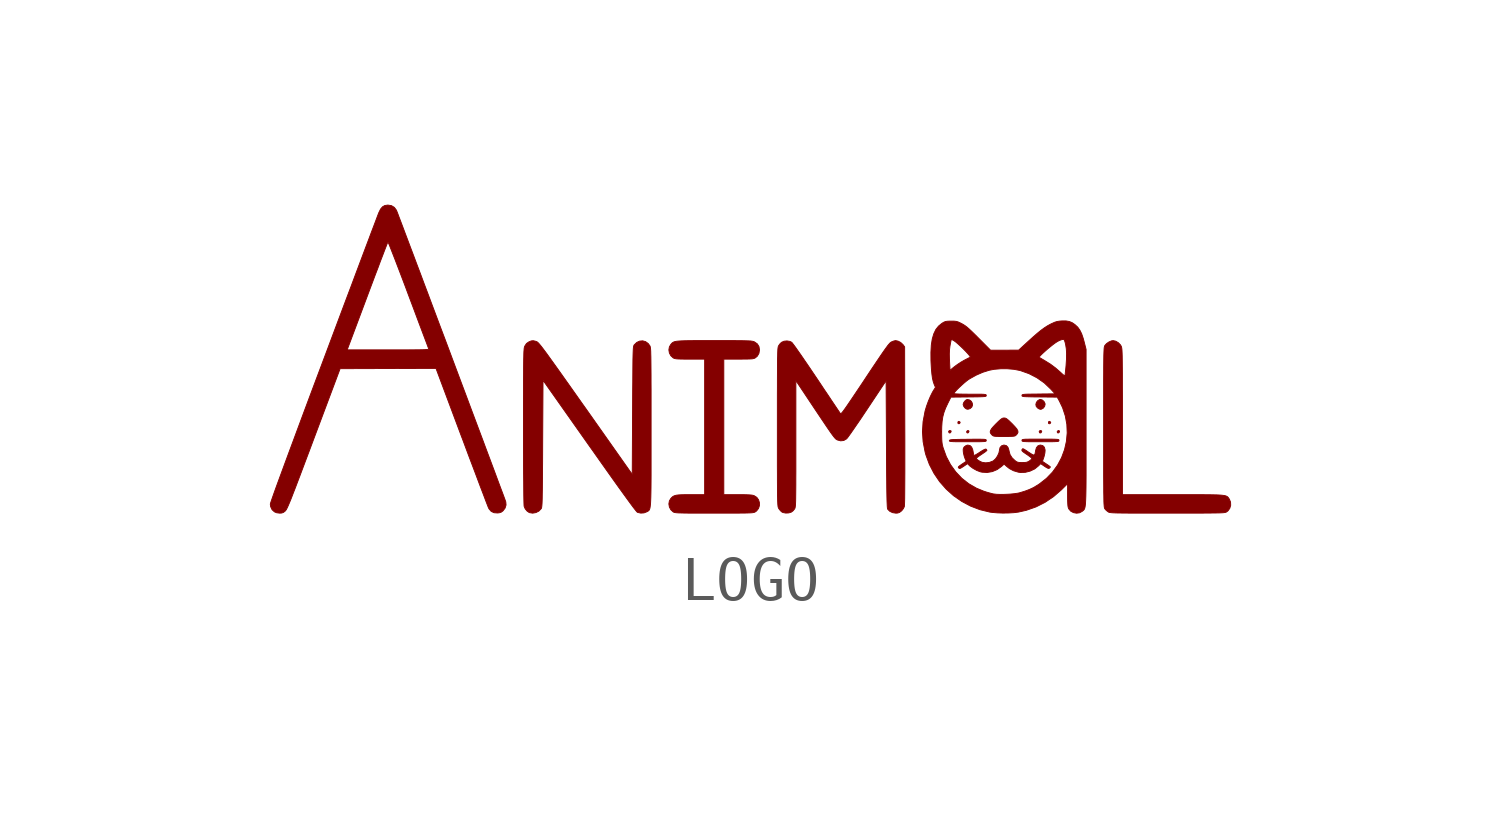
<source format=kicad_sym>
(kicad_symbol_lib
  (version 20210619)
  (generator bitmap2component)
  (symbol "LOGO"
    (pin_names
      (offset 1.016))
    (property "Reference" "#G"
      (at 0 2.909 0)
      (effects (font (size 1.27 1.27)) hide))
    (symbol "LOGO_0_0"
      (polyline (pts (xy -10.735 -3.511) (xy -10.695 -3.497) (xy -10.654 -3.465) (xy -10.647 -3.457) (xy -10.638 -3.445) (xy -10.627 -3.429) (xy -10.615 -3.405) (xy -10.6 -3.374) (xy -10.582 -3.334) (xy -10.56 -3.282) (xy -10.533 -3.218) (xy -10.502 -3.139) (xy -10.466 -3.045) (xy -10.422 -2.933) (xy -10.373 -2.803) (xy -10.315 -2.651) (xy -10.25 -2.478) (xy -10.176 -2.281) (xy -10.092 -2.059) (xy -9.999 -1.81) (xy -9.397 -0.204) (xy -7.2 -0.197) (xy -6.612 -1.768) (xy -6.597 -1.806) (xy -6.519 -2.015) (xy -6.444 -2.216) (xy -6.371 -2.408) (xy -6.303 -2.588) (xy -6.24 -2.756) (xy -6.183 -2.908) (xy -6.131 -3.043) (xy -6.087 -3.159) (xy -6.051 -3.255) (xy -6.023 -3.327) (xy -6.004 -3.376) (xy -5.995 -3.397) (xy -5.984 -3.417) (xy -5.935 -3.474) (xy -5.87 -3.504) (xy -5.789 -3.51) (xy -5.748 -3.505) (xy -5.703 -3.49) (xy -5.664 -3.46) (xy -5.617 -3.398) (xy -5.595 -3.327) (xy -5.601 -3.256) (xy -5.607 -3.238) (xy -5.623 -3.193) (xy -5.649 -3.122) (xy -5.684 -3.028) (xy -5.728 -2.912) (xy -5.779 -2.775) (xy -5.837 -2.618) (xy -5.902 -2.444) (xy -5.973 -2.254) (xy -6.05 -2.049) (xy -6.131 -1.831) (xy -6.217 -1.602) (xy -6.307 -1.362) (xy -6.4 -1.114) (xy -6.495 -0.859) (xy -6.593 -0.598) (xy -6.692 -0.334) (xy -6.792 -0.067) (xy -6.892 0.201) (xy -6.992 0.468) (xy -7.092 0.732) (xy -7.19 0.993) (xy -7.286 1.249) (xy -7.379 1.498) (xy -7.47 1.739) (xy -7.556 1.97) (xy -7.639 2.189) (xy -7.716 2.395) (xy -7.789 2.587) (xy -7.855 2.763) (xy -7.915 2.922) (xy -7.967 3.061) (xy -8.012 3.18) (xy -8.049 3.277) (xy -8.076 3.35) (xy -8.095 3.398) (xy -8.103 3.419) (xy -8.108 3.429) (xy -8.154 3.491) (xy -8.219 3.531) (xy -8.298 3.544) (xy -8.307 3.544) (xy -8.374 3.534) (xy -8.426 3.504) (xy -8.47 3.452) (xy -8.509 3.373) (xy -8.513 3.364) (xy -8.528 3.325) (xy -8.553 3.259) (xy -8.587 3.168) (xy -8.63 3.054) (xy -8.682 2.918) (xy -8.741 2.76) (xy -8.808 2.583) (xy -8.882 2.386) (xy -8.962 2.173) (xy -9.048 1.944) (xy -9.139 1.7) (xy -9.236 1.444) (xy -9.337 1.175) (xy -9.442 0.895) (xy -9.661 0.31) (xy -9.692 0.227) (xy -9.235 0.227) (xy -8.774 1.458) (xy -8.718 1.608) (xy -8.651 1.786) (xy -8.588 1.954) (xy -8.528 2.11) (xy -8.475 2.253) (xy -8.426 2.38) (xy -8.385 2.488) (xy -8.351 2.576) (xy -8.325 2.642) (xy -8.309 2.684) (xy -8.302 2.7) (xy -8.297 2.693) (xy -8.283 2.661) (xy -8.259 2.604) (xy -8.227 2.523) (xy -8.188 2.423) (xy -8.141 2.303) (xy -8.089 2.167) (xy -8.031 2.016) (xy -7.969 1.853) (xy -7.903 1.679) (xy -7.835 1.496) (xy -7.784 1.361) (xy -7.717 1.183) (xy -7.654 1.014) (xy -7.595 0.856) (xy -7.541 0.713) (xy -7.493 0.585) (xy -7.451 0.474) (xy -7.417 0.384) (xy -7.392 0.316) (xy -7.375 0.272) (xy -7.368 0.254) (xy -7.367 0.249) (xy -7.37 0.244) (xy -7.379 0.24) (xy -7.397 0.237) (xy -7.425 0.234) (xy -7.466 0.232) (xy -7.522 0.23) (xy -7.596 0.229) (xy -7.688 0.228) (xy -7.803 0.228) (xy -7.941 0.227) (xy -8.104 0.227) (xy -9.235 0.227) (xy -9.692 0.227) (xy -9.775 0.006) (xy -9.791 -0.037) (xy -9.947 -0.452) (xy -10.092 -0.839) (xy -10.226 -1.198) (xy -10.349 -1.529) (xy -10.461 -1.831) (xy -10.563 -2.105) (xy -10.654 -2.351) (xy -10.734 -2.569) (xy -10.804 -2.759) (xy -10.863 -2.92) (xy -10.911 -3.054) (xy -10.948 -3.159) (xy -10.975 -3.237) (xy -10.991 -3.286) (xy -10.996 -3.308) (xy -10.988 -3.366) (xy -10.956 -3.434) (xy -10.901 -3.484) (xy -10.851 -3.505) (xy -10.78 -3.514) (xy -10.735 -3.511)) (stroke (width 0.01)) (fill (type outline)))
      (polyline (pts (xy -4.911 -3.501) (xy -4.843 -3.467) (xy -4.791 -3.413) (xy -4.787 -3.406) (xy -4.782 -3.395) (xy -4.779 -3.379) (xy -4.776 -3.357) (xy -4.773 -3.327) (xy -4.77 -3.286) (xy -4.768 -3.234) (xy -4.766 -3.168) (xy -4.765 -3.086) (xy -4.763 -2.986) (xy -4.762 -2.868) (xy -4.761 -2.728) (xy -4.76 -2.565) (xy -4.758 -2.377) (xy -4.757 -2.163) (xy -4.756 -1.921) (xy -4.748 -0.47) (xy -3.69 -1.97) (xy -3.618 -2.071) (xy -3.443 -2.319) (xy -3.285 -2.542) (xy -3.144 -2.741) (xy -3.019 -2.916) (xy -2.91 -3.067) (xy -2.817 -3.195) (xy -2.741 -3.299) (xy -2.68 -3.381) (xy -2.634 -3.44) (xy -2.604 -3.477) (xy -2.589 -3.492) (xy -2.576 -3.498) (xy -2.507 -3.513) (xy -2.434 -3.508) (xy -2.37 -3.483) (xy -2.362 -3.479) (xy -2.348 -3.471) (xy -2.336 -3.464) (xy -2.325 -3.455) (xy -2.316 -3.444) (xy -2.307 -3.427) (xy -2.3 -3.405) (xy -2.294 -3.375) (xy -2.289 -3.335) (xy -2.284 -3.285) (xy -2.281 -3.222) (xy -2.278 -3.144) (xy -2.276 -3.051) (xy -2.274 -2.94) (xy -2.273 -2.811) (xy -2.272 -2.66) (xy -2.272 -2.488) (xy -2.272 -2.291) (xy -2.272 -2.069) (xy -2.272 -1.82) (xy -2.272 -1.365) (xy -2.272 -1.11) (xy -2.272 -0.884) (xy -2.272 -0.683) (xy -2.273 -0.507) (xy -2.273 -0.353) (xy -2.274 -0.221) (xy -2.275 -0.108) (xy -2.276 -0.012) (xy -2.277 0.067) (xy -2.279 0.132) (xy -2.28 0.184) (xy -2.282 0.224) (xy -2.285 0.255) (xy -2.288 0.279) (xy -2.291 0.295) (xy -2.294 0.308) (xy -2.298 0.317) (xy -2.338 0.372) (xy -2.397 0.415) (xy -2.464 0.434) (xy -2.534 0.428) (xy -2.6 0.398) (xy -2.657 0.343) (xy -2.662 0.337) (xy -2.666 0.328) (xy -2.67 0.317) (xy -2.674 0.301) (xy -2.677 0.279) (xy -2.68 0.248) (xy -2.682 0.207) (xy -2.684 0.154) (xy -2.686 0.087) (xy -2.688 0.005) (xy -2.689 -0.095) (xy -2.69 -0.214) (xy -2.691 -0.354) (xy -2.692 -0.517) (xy -2.694 -0.705) (xy -2.695 -0.92) (xy -2.696 -1.163) (xy -2.704 -2.626) (xy -3.768 -1.117) (xy -3.85 -1.002) (xy -4.001 -0.788) (xy -4.136 -0.597) (xy -4.256 -0.428) (xy -4.362 -0.278) (xy -4.455 -0.148) (xy -4.536 -0.035) (xy -4.605 0.061) (xy -4.664 0.143) (xy -4.714 0.21) (xy -4.756 0.266) (xy -4.79 0.31) (xy -4.818 0.344) (xy -4.84 0.37) (xy -4.858 0.389) (xy -4.872 0.402) (xy -4.883 0.41) (xy -4.893 0.415) (xy -4.92 0.425) (xy -4.972 0.437) (xy -5.02 0.432) (xy -5.076 0.408) (xy -5.127 0.372) (xy -5.166 0.313) (xy -5.166 0.312) (xy -5.17 0.302) (xy -5.174 0.289) (xy -5.178 0.274) (xy -5.181 0.252) (xy -5.183 0.224) (xy -5.186 0.187) (xy -5.188 0.14) (xy -5.189 0.082) (xy -5.191 0.009) (xy -5.192 -0.079) (xy -5.193 -0.183) (xy -5.193 -0.306) (xy -5.194 -0.45) (xy -5.194 -0.615) (xy -5.194 -0.804) (xy -5.195 -1.019) (xy -5.195 -1.26) (xy -5.195 -1.53) (xy -5.195 -1.639) (xy -5.195 -1.915) (xy -5.194 -2.17) (xy -5.194 -2.402) (xy -5.193 -2.612) (xy -5.191 -2.798) (xy -5.19 -2.959) (xy -5.189 -3.095) (xy -5.187 -3.204) (xy -5.185 -3.285) (xy -5.183 -3.338) (xy -5.18 -3.361) (xy -5.156 -3.415) (xy -5.114 -3.466) (xy -5.066 -3.499) (xy -5.059 -3.502) (xy -4.986 -3.514) (xy -4.911 -3.501)) (stroke (width 0.01)) (fill (type outline)))
      (polyline (pts (xy -0.513 -3.514) (xy -0.373 -3.513) (xy -0.258 -3.513) (xy -0.163 -3.512) (xy -0.088 -3.511) (xy -0.028 -3.509) (xy 0.017 -3.507) (xy 0.05 -3.504) (xy 0.075 -3.5) (xy 0.092 -3.496) (xy 0.105 -3.49) (xy 0.117 -3.484) (xy 0.145 -3.463) (xy 0.189 -3.407) (xy 0.21 -3.342) (xy 0.21 -3.273) (xy 0.19 -3.208) (xy 0.15 -3.152) (xy 0.09 -3.114) (xy 0.09 -3.114) (xy 0.063 -3.105) (xy 0.027 -3.099) (xy -0.022 -3.095) (xy -0.087 -3.092) (xy -0.175 -3.09) (xy -0.288 -3.09) (xy -0.606 -3.09) (xy -0.606 0.015) (xy -0.269 0.015) (xy -0.225 0.015) (xy -0.124 0.016) (xy -0.048 0.017) (xy 0.008 0.019) (xy 0.049 0.022) (xy 0.077 0.028) (xy 0.099 0.035) (xy 0.117 0.045) (xy 0.162 0.083) (xy 0.199 0.148) (xy 0.212 0.228) (xy 0.2 0.302) (xy 0.162 0.364) (xy 0.098 0.409) (xy 0.091 0.412) (xy 0.076 0.418) (xy 0.058 0.423) (xy 0.035 0.427) (xy 0.005 0.431) (xy -0.036 0.433) (xy -0.09 0.435) (xy -0.16 0.437) (xy -0.247 0.438) (xy -0.354 0.439) (xy -0.484 0.439) (xy -0.64 0.439) (xy -0.975 0.439) (xy -1.142 0.439) (xy -1.284 0.439) (xy -1.403 0.438) (xy -1.5 0.436) (xy -1.578 0.433) (xy -1.641 0.429) (xy -1.689 0.424) (xy -1.726 0.417) (xy -1.753 0.408) (xy -1.774 0.397) (xy -1.791 0.384) (xy -1.806 0.368) (xy -1.822 0.349) (xy -1.853 0.295) (xy -1.865 0.226) (xy -1.853 0.156) (xy -1.82 0.093) (xy -1.768 0.045) (xy -1.761 0.041) (xy -1.742 0.032) (xy -1.719 0.026) (xy -1.686 0.021) (xy -1.641 0.018) (xy -1.578 0.016) (xy -1.493 0.015) (xy -1.382 0.015) (xy -1.045 0.015) (xy -1.045 -3.09) (xy -1.364 -3.09) (xy -1.473 -3.09) (xy -1.568 -3.092) (xy -1.641 -3.096) (xy -1.697 -3.103) (xy -1.738 -3.115) (xy -1.77 -3.13) (xy -1.796 -3.152) (xy -1.822 -3.18) (xy -1.853 -3.234) (xy -1.865 -3.303) (xy -1.853 -3.373) (xy -1.82 -3.436) (xy -1.768 -3.484) (xy -1.759 -3.489) (xy -1.746 -3.495) (xy -1.73 -3.499) (xy -1.708 -3.503) (xy -1.676 -3.506) (xy -1.634 -3.509) (xy -1.578 -3.51) (xy -1.506 -3.512) (xy -1.416 -3.513) (xy -1.306 -3.513) (xy -1.172 -3.514) (xy -1.013 -3.514) (xy -0.678 -3.514) (xy -0.513 -3.514)) (stroke (width 0.01)) (fill (type outline)))
      (polyline (pts (xy 3.374 -3.512) (xy 3.417 -3.499) (xy 3.46 -3.467) (xy 3.473 -3.455) (xy 3.508 -3.41) (xy 3.53 -3.365) (xy 3.531 -3.359) (xy 3.533 -3.326) (xy 3.536 -3.267) (xy 3.538 -3.182) (xy 3.539 -3.071) (xy 3.54 -2.932) (xy 3.541 -2.766) (xy 3.542 -2.572) (xy 3.542 -2.35) (xy 3.542 -2.099) (xy 3.542 -1.818) (xy 3.541 -1.507) (xy 3.537 0.295) (xy 3.503 0.343) (xy 3.495 0.352) (xy 3.447 0.396) (xy 3.388 0.427) (xy 3.331 0.439) (xy 3.321 0.438) (xy 3.28 0.428) (xy 3.235 0.409) (xy 3.229 0.406) (xy 3.215 0.396) (xy 3.198 0.382) (xy 3.179 0.36) (xy 3.154 0.331) (xy 3.124 0.29) (xy 3.086 0.238) (xy 3.039 0.171) (xy 2.982 0.088) (xy 2.914 -0.013) (xy 2.833 -0.133) (xy 2.738 -0.275) (xy 2.628 -0.441) (xy 2.592 -0.496) (xy 2.487 -0.653) (xy 2.397 -0.787) (xy 2.321 -0.9) (xy 2.258 -0.993) (xy 2.207 -1.068) (xy 2.165 -1.127) (xy 2.133 -1.171) (xy 2.108 -1.203) (xy 2.09 -1.223) (xy 2.078 -1.233) (xy 2.07 -1.236) (xy 2.064 -1.232) (xy 2.064 -1.231) (xy 2.05 -1.21) (xy 2.021 -1.167) (xy 1.978 -1.103) (xy 1.923 -1.021) (xy 1.857 -0.923) (xy 1.783 -0.811) (xy 1.7 -0.689) (xy 1.612 -0.556) (xy 1.519 -0.417) (xy 1.506 -0.398) (xy 1.413 -0.26) (xy 1.324 -0.128) (xy 1.24 -0.006) (xy 1.165 0.104) (xy 1.097 0.201) (xy 1.041 0.281) (xy 0.996 0.342) (xy 0.965 0.383) (xy 0.949 0.401) (xy 0.907 0.421) (xy 0.841 0.432) (xy 0.773 0.425) (xy 0.717 0.4) (xy 0.714 0.398) (xy 0.677 0.361) (xy 0.647 0.317) (xy 0.645 0.311) (xy 0.641 0.3) (xy 0.638 0.285) (xy 0.635 0.265) (xy 0.632 0.236) (xy 0.63 0.199) (xy 0.628 0.152) (xy 0.627 0.092) (xy 0.625 0.018) (xy 0.624 -0.071) (xy 0.623 -0.178) (xy 0.623 -0.303) (xy 0.622 -0.449) (xy 0.622 -0.617) (xy 0.621 -0.809) (xy 0.621 -1.026) (xy 0.621 -1.27) (xy 0.621 -1.543) (xy 0.621 -1.783) (xy 0.621 -2.029) (xy 0.621 -2.249) (xy 0.621 -2.442) (xy 0.622 -2.612) (xy 0.622 -2.76) (xy 0.623 -2.887) (xy 0.623 -2.995) (xy 0.624 -3.086) (xy 0.626 -3.161) (xy 0.627 -3.223) (xy 0.629 -3.272) (xy 0.631 -3.31) (xy 0.634 -3.339) (xy 0.636 -3.361) (xy 0.64 -3.377) (xy 0.644 -3.389) (xy 0.648 -3.398) (xy 0.652 -3.407) (xy 0.658 -3.416) (xy 0.691 -3.458) (xy 0.725 -3.488) (xy 0.751 -3.5) (xy 0.813 -3.512) (xy 0.881 -3.509) (xy 0.941 -3.49) (xy 0.943 -3.489) (xy 0.982 -3.459) (xy 1.015 -3.418) (xy 1.018 -3.415) (xy 1.022 -3.405) (xy 1.026 -3.393) (xy 1.03 -3.377) (xy 1.033 -3.354) (xy 1.036 -3.324) (xy 1.038 -3.283) (xy 1.04 -3.231) (xy 1.041 -3.165) (xy 1.042 -3.083) (xy 1.043 -2.985) (xy 1.044 -2.866) (xy 1.044 -2.727) (xy 1.045 -2.565) (xy 1.045 -2.379) (xy 1.045 -2.165) (xy 1.045 -1.924) (xy 1.045 -0.477) (xy 1.49 -1.145) (xy 1.585 -1.287) (xy 1.669 -1.412) (xy 1.739 -1.516) (xy 1.796 -1.6) (xy 1.843 -1.668) (xy 1.881 -1.72) (xy 1.911 -1.76) (xy 1.935 -1.789) (xy 1.954 -1.81) (xy 1.971 -1.823) (xy 1.986 -1.832) (xy 2.001 -1.839) (xy 2.07 -1.857) (xy 2.142 -1.849) (xy 2.208 -1.811) (xy 2.21 -1.808) (xy 2.231 -1.783) (xy 2.266 -1.735) (xy 2.314 -1.668) (xy 2.372 -1.584) (xy 2.44 -1.485) (xy 2.516 -1.375) (xy 2.596 -1.255) (xy 2.681 -1.128) (xy 3.112 -0.48) (xy 3.12 -1.933) (xy 3.12 -1.951) (xy 3.122 -2.2) (xy 3.123 -2.421) (xy 3.124 -2.615) (xy 3.126 -2.784) (xy 3.127 -2.929) (xy 3.129 -3.051) (xy 3.131 -3.153) (xy 3.133 -3.236) (xy 3.136 -3.301) (xy 3.138 -3.351) (xy 3.141 -3.386) (xy 3.144 -3.409) (xy 3.148 -3.42) (xy 3.15 -3.425) (xy 3.196 -3.471) (xy 3.26 -3.502) (xy 3.335 -3.514) (xy 3.374 -3.512)) (stroke (width 0.01)) (fill (type outline)))
      (polyline (pts (xy 7.544 -3.506) (xy 7.604 -3.473) (xy 7.607 -3.471) (xy 7.62 -3.46) (xy 7.632 -3.451) (xy 7.642 -3.44) (xy 7.652 -3.427) (xy 7.66 -3.41) (xy 7.667 -3.387) (xy 7.673 -3.357) (xy 7.678 -3.318) (xy 7.682 -3.268) (xy 7.685 -3.206) (xy 7.688 -3.13) (xy 7.69 -3.038) (xy 7.692 -2.929) (xy 7.693 -2.801) (xy 7.694 -2.653) (xy 7.694 -2.483) (xy 7.694 -2.289) (xy 7.694 -2.069) (xy 7.694 -1.823) (xy 7.694 -1.548) (xy 7.694 0.238) (xy 7.648 0.418) (xy 7.629 0.489) (xy 7.593 0.595) (xy 7.551 0.679) (xy 7.503 0.747) (xy 7.443 0.802) (xy 7.442 0.804) (xy 7.375 0.85) (xy 7.309 0.877) (xy 7.234 0.89) (xy 7.141 0.89) (xy 7.088 0.886) (xy 7.029 0.877) (xy 6.972 0.859) (xy 6.904 0.828) (xy 6.881 0.817) (xy 6.811 0.779) (xy 6.74 0.733) (xy 6.663 0.677) (xy 6.578 0.608) (xy 6.479 0.522) (xy 6.363 0.417) (xy 6.149 0.221) (xy 5.827 0.22) (xy 5.506 0.219) (xy 5.233 0.493) (xy 5.225 0.501) (xy 5.138 0.588) (xy 5.068 0.656) (xy 5.011 0.709) (xy 4.965 0.749) (xy 4.924 0.78) (xy 4.886 0.805) (xy 4.847 0.827) (xy 4.811 0.845) (xy 4.761 0.868) (xy 4.718 0.88) (xy 4.67 0.885) (xy 4.603 0.886) (xy 4.571 0.886) (xy 4.515 0.883) (xy 4.474 0.877) (xy 4.439 0.863) (xy 4.399 0.84) (xy 4.39 0.834) (xy 4.314 0.772) (xy 4.252 0.694) (xy 4.205 0.596) (xy 4.17 0.478) (xy 4.148 0.338) (xy 4.139 0.173) (xy 4.139 0.135) (xy 4.561 0.135) (xy 4.565 0.227) (xy 4.575 0.311) (xy 4.591 0.398) (xy 4.607 0.47) (xy 4.668 0.436) (xy 4.671 0.434) (xy 4.708 0.407) (xy 4.758 0.364) (xy 4.817 0.31) (xy 4.878 0.252) (xy 4.935 0.194) (xy 4.983 0.142) (xy 5.016 0.103) (xy 5.045 0.062) (xy 5.037 0.058) (xy 6.619 0.058) (xy 6.629 0.075) (xy 6.658 0.106) (xy 6.701 0.148) (xy 6.755 0.197) (xy 6.814 0.249) (xy 6.876 0.3) (xy 6.936 0.348) (xy 6.989 0.387) (xy 7.032 0.415) (xy 7.053 0.427) (xy 7.103 0.45) (xy 7.145 0.464) (xy 7.146 0.464) (xy 7.173 0.467) (xy 7.189 0.461) (xy 7.201 0.438) (xy 7.215 0.392) (xy 7.226 0.345) (xy 7.241 0.25) (xy 7.247 0.143) (xy 7.245 0.017) (xy 7.235 -0.133) (xy 7.231 -0.177) (xy 7.223 -0.252) (xy 7.217 -0.312) (xy 7.211 -0.354) (xy 7.208 -0.37) (xy 7.205 -0.369) (xy 7.185 -0.355) (xy 7.151 -0.327) (xy 7.108 -0.287) (xy 6.996 -0.189) (xy 6.877 -0.1) (xy 6.74 -0.015) (xy 6.718 -0.002) (xy 6.67 0.026) (xy 6.635 0.047) (xy 6.62 0.056) (xy 6.619 0.058) (xy 5.037 0.058) (xy 4.95 0.014) (xy 4.902 -0.011) (xy 4.83 -0.053) (xy 4.767 -0.094) (xy 4.721 -0.126) (xy 4.668 -0.166) (xy 4.628 -0.198) (xy 4.577 -0.243) (xy 4.566 -0.04) (xy 4.563 0.027) (xy 4.561 0.135) (xy 4.139 0.135) (xy 4.14 -0.018) (xy 4.142 -0.064) (xy 4.15 -0.208) (xy 4.161 -0.327) (xy 4.174 -0.423) (xy 4.192 -0.5) (xy 4.213 -0.562) (xy 4.243 -0.632) (xy 4.198 -0.703) (xy 4.175 -0.742) (xy 4.127 -0.838) (xy 4.08 -0.949) (xy 4.038 -1.064) (xy 4.005 -1.175) (xy 4.003 -1.185) (xy 3.959 -1.418) (xy 3.945 -1.648) (xy 3.945 -1.651) (xy 4.385 -1.651) (xy 4.387 -1.538) (xy 4.395 -1.416) (xy 4.411 -1.309) (xy 4.437 -1.209) (xy 4.475 -1.107) (xy 4.527 -0.996) (xy 4.597 -0.856) (xy 5.002 -0.852) (xy 5.087 -0.851) (xy 5.19 -0.85) (xy 5.268 -0.848) (xy 5.324 -0.846) (xy 5.363 -0.843) (xy 5.388 -0.839) (xy 5.401 -0.834) (xy 5.406 -0.827) (xy 5.407 -0.818) (xy 5.407 -0.815) (xy 5.405 -0.806) (xy 5.397 -0.799) (xy 5.38 -0.795) (xy 5.351 -0.791) (xy 5.305 -0.789) (xy 5.24 -0.788) (xy 5.151 -0.788) (xy 5.036 -0.788) (xy 5.005 -0.788) (xy 4.888 -0.787) (xy 4.793 -0.785) (xy 4.723 -0.782) (xy 4.68 -0.778) (xy 4.665 -0.773) (xy 4.672 -0.759) (xy 4.697 -0.728) (xy 4.737 -0.684) (xy 4.788 -0.634) (xy 4.844 -0.582) (xy 4.9 -0.532) (xy 4.953 -0.488) (xy 4.996 -0.455) (xy 5.035 -0.431) (xy 5.177 -0.352) (xy 5.329 -0.286) (xy 5.477 -0.24) (xy 5.585 -0.219) (xy 5.735 -0.206) (xy 5.892 -0.206) (xy 6.044 -0.219) (xy 6.181 -0.246) (xy 6.191 -0.249) (xy 6.385 -0.318) (xy 6.569 -0.413) (xy 6.737 -0.531) (xy 6.885 -0.672) (xy 6.984 -0.78) (xy 6.604 -0.784) (xy 6.56 -0.785) (xy 6.453 -0.786) (xy 6.372 -0.787) (xy 6.312 -0.789) (xy 6.272 -0.792) (xy 6.246 -0.796) (xy 6.232 -0.802) (xy 6.226 -0.809) (xy 6.225 -0.818) (xy 6.225 -0.824) (xy 6.229 -0.832) (xy 6.239 -0.837) (xy 6.259 -0.842) (xy 6.293 -0.845) (xy 6.343 -0.847) (xy 6.414 -0.849) (xy 6.508 -0.851) (xy 6.629 -0.852) (xy 7.032 -0.856) (xy 7.083 -0.947) (xy 7.156 -1.099) (xy 7.218 -1.288) (xy 7.253 -1.481) (xy 7.261 -1.676) (xy 7.243 -1.87) (xy 7.2 -2.059) (xy 7.132 -2.242) (xy 7.04 -2.414) (xy 6.924 -2.574) (xy 6.786 -2.717) (xy 6.626 -2.843) (xy 6.578 -2.874) (xy 6.486 -2.929) (xy 6.394 -2.972) (xy 6.293 -3.01) (xy 6.172 -3.047) (xy 6.133 -3.056) (xy 6.05 -3.068) (xy 5.95 -3.078) (xy 5.844 -3.083) (xy 5.739 -3.085) (xy 5.646 -3.082) (xy 5.574 -3.074) (xy 5.551 -3.069) (xy 5.489 -3.053) (xy 5.416 -3.032) (xy 5.343 -3.008) (xy 5.181 -2.941) (xy 5.006 -2.84) (xy 4.847 -2.715) (xy 4.708 -2.568) (xy 4.588 -2.402) (xy 4.492 -2.219) (xy 4.42 -2.02) (xy 4.41 -1.985) (xy 4.399 -1.937) (xy 4.392 -1.886) (xy 4.388 -1.827) (xy 4.386 -1.75) (xy 4.385 -1.651) (xy 3.945 -1.651) (xy 3.96 -1.877) (xy 4.005 -2.11) (xy 4.024 -2.181) (xy 4.104 -2.399) (xy 4.21 -2.603) (xy 4.338 -2.792) (xy 4.489 -2.963) (xy 4.658 -3.115) (xy 4.845 -3.245) (xy 5.048 -3.353) (xy 5.263 -3.435) (xy 5.49 -3.49) (xy 5.542 -3.497) (xy 5.657 -3.507) (xy 5.785 -3.512) (xy 5.915 -3.51) (xy 6.038 -3.503) (xy 6.142 -3.49) (xy 6.327 -3.448) (xy 6.547 -3.371) (xy 6.755 -3.266) (xy 6.95 -3.134) (xy 7.13 -2.978) (xy 7.27 -2.839) (xy 7.27 -3.102) (xy 7.27 -3.137) (xy 7.271 -3.231) (xy 7.274 -3.301) (xy 7.278 -3.351) (xy 7.285 -3.385) (xy 7.294 -3.409) (xy 7.298 -3.417) (xy 7.343 -3.469) (xy 7.405 -3.502) (xy 7.475 -3.515) (xy 7.544 -3.506)) (stroke (width 0.01)) (fill (type outline)))
      (polyline (pts (xy 10.062 -3.514) (xy 10.227 -3.513) (xy 10.368 -3.513) (xy 10.487 -3.512) (xy 10.587 -3.511) (xy 10.668 -3.51) (xy 10.734 -3.509) (xy 10.786 -3.507) (xy 10.826 -3.505) (xy 10.856 -3.502) (xy 10.878 -3.498) (xy 10.893 -3.495) (xy 10.905 -3.49) (xy 10.914 -3.485) (xy 10.946 -3.46) (xy 10.987 -3.402) (xy 11.007 -3.333) (xy 11.004 -3.261) (xy 10.977 -3.194) (xy 10.972 -3.187) (xy 10.96 -3.169) (xy 10.949 -3.153) (xy 10.936 -3.14) (xy 10.919 -3.129) (xy 10.897 -3.119) (xy 10.867 -3.111) (xy 10.826 -3.105) (xy 10.774 -3.1) (xy 10.708 -3.096) (xy 10.626 -3.094) (xy 10.525 -3.092) (xy 10.405 -3.091) (xy 10.263 -3.09) (xy 10.096 -3.09) (xy 9.903 -3.09) (xy 9.682 -3.09) (xy 8.527 -3.09) (xy 8.527 -1.42) (xy 8.527 -1.287) (xy 8.527 -1.04) (xy 8.527 -0.822) (xy 8.526 -0.629) (xy 8.526 -0.46) (xy 8.526 -0.314) (xy 8.525 -0.188) (xy 8.524 -0.082) (xy 8.523 0.007) (xy 8.522 0.081) (xy 8.52 0.14) (xy 8.518 0.187) (xy 8.516 0.224) (xy 8.513 0.253) (xy 8.51 0.274) (xy 8.506 0.29) (xy 8.502 0.303) (xy 8.498 0.313) (xy 8.481 0.342) (xy 8.433 0.391) (xy 8.374 0.426) (xy 8.313 0.439) (xy 8.275 0.433) (xy 8.217 0.408) (xy 8.163 0.371) (xy 8.126 0.33) (xy 8.123 0.325) (xy 8.118 0.316) (xy 8.115 0.305) (xy 8.111 0.289) (xy 8.108 0.268) (xy 8.106 0.24) (xy 8.104 0.203) (xy 8.102 0.154) (xy 8.1 0.094) (xy 8.099 0.02) (xy 8.098 -0.07) (xy 8.097 -0.177) (xy 8.097 -0.303) (xy 8.096 -0.449) (xy 8.096 -0.618) (xy 8.096 -0.81) (xy 8.096 -1.028) (xy 8.096 -1.272) (xy 8.096 -1.826) (xy 8.096 -2.071) (xy 8.096 -2.288) (xy 8.096 -2.48) (xy 8.096 -2.648) (xy 8.097 -2.794) (xy 8.098 -2.92) (xy 8.098 -3.026) (xy 8.1 -3.116) (xy 8.101 -3.19) (xy 8.102 -3.25) (xy 8.104 -3.297) (xy 8.107 -3.334) (xy 8.109 -3.361) (xy 8.112 -3.381) (xy 8.115 -3.396) (xy 8.119 -3.406) (xy 8.123 -3.413) (xy 8.124 -3.415) (xy 8.157 -3.452) (xy 8.199 -3.484) (xy 8.204 -3.488) (xy 8.214 -3.492) (xy 8.228 -3.497) (xy 8.246 -3.5) (xy 8.271 -3.503) (xy 8.304 -3.506) (xy 8.349 -3.508) (xy 8.406 -3.51) (xy 8.478 -3.511) (xy 8.567 -3.512) (xy 8.674 -3.513) (xy 8.802 -3.513) (xy 8.952 -3.514) (xy 9.127 -3.514) (xy 9.328 -3.514) (xy 9.872 -3.514) (xy 10.062 -3.514)) (stroke (width 0.01)) (fill (type outline)))
      (polyline (pts (xy 5.546 -2.562) (xy 5.656 -2.516) (xy 5.754 -2.446) (xy 5.816 -2.39) (xy 5.876 -2.444) (xy 5.938 -2.493) (xy 6.03 -2.542) (xy 6.14 -2.575) (xy 6.186 -2.582) (xy 6.3 -2.579) (xy 6.412 -2.551) (xy 6.517 -2.501) (xy 6.604 -2.43) (xy 6.653 -2.38) (xy 6.743 -2.441) (xy 6.775 -2.462) (xy 6.813 -2.483) (xy 6.838 -2.49) (xy 6.854 -2.483) (xy 6.866 -2.472) (xy 6.876 -2.456) (xy 6.876 -2.455) (xy 6.862 -2.442) (xy 6.83 -2.418) (xy 6.785 -2.388) (xy 6.781 -2.385) (xy 6.737 -2.356) (xy 6.706 -2.335) (xy 6.695 -2.327) (xy 6.698 -2.316) (xy 6.709 -2.284) (xy 6.725 -2.238) (xy 6.736 -2.201) (xy 6.75 -2.137) (xy 6.755 -2.083) (xy 6.754 -2.061) (xy 6.738 -2.003) (xy 6.702 -1.966) (xy 6.649 -1.954) (xy 6.639 -1.954) (xy 6.59 -1.972) (xy 6.555 -2.016) (xy 6.536 -2.086) (xy 6.533 -2.111) (xy 6.523 -2.157) (xy 6.509 -2.18) (xy 6.486 -2.181) (xy 6.448 -2.162) (xy 6.39 -2.125) (xy 6.377 -2.117) (xy 6.319 -2.077) (xy 6.279 -2.052) (xy 6.255 -2.04) (xy 6.242 -2.038) (xy 6.234 -2.045) (xy 6.226 -2.058) (xy 6.222 -2.068) (xy 6.225 -2.083) (xy 6.241 -2.102) (xy 6.275 -2.128) (xy 6.331 -2.166) (xy 6.362 -2.187) (xy 6.408 -2.221) (xy 6.44 -2.247) (xy 6.452 -2.263) (xy 6.45 -2.268) (xy 6.43 -2.291) (xy 6.396 -2.317) (xy 6.374 -2.331) (xy 6.339 -2.346) (xy 6.295 -2.353) (xy 6.231 -2.355) (xy 6.224 -2.355) (xy 6.167 -2.354) (xy 6.128 -2.347) (xy 6.097 -2.333) (xy 6.064 -2.308) (xy 5.998 -2.245) (xy 5.952 -2.172) (xy 5.929 -2.088) (xy 5.926 -2.07) (xy 5.904 -2.005) (xy 5.868 -1.967) (xy 5.816 -1.954) (xy 5.808 -1.954) (xy 5.758 -1.971) (xy 5.723 -2.01) (xy 5.71 -2.064) (xy 5.71 -2.071) (xy 5.696 -2.136) (xy 5.664 -2.205) (xy 5.621 -2.268) (xy 5.572 -2.313) (xy 5.554 -2.323) (xy 5.476 -2.352) (xy 5.391 -2.361) (xy 5.311 -2.349) (xy 5.311 -2.349) (xy 5.267 -2.329) (xy 5.224 -2.304) (xy 5.192 -2.278) (xy 5.18 -2.258) (xy 5.184 -2.252) (xy 5.208 -2.231) (xy 5.249 -2.201) (xy 5.301 -2.166) (xy 5.332 -2.145) (xy 5.379 -2.113) (xy 5.41 -2.088) (xy 5.422 -2.076) (xy 5.42 -2.07) (xy 5.405 -2.049) (xy 5.394 -2.045) (xy 5.368 -2.053) (xy 5.324 -2.076) (xy 5.261 -2.116) (xy 5.224 -2.141) (xy 5.176 -2.17) (xy 5.141 -2.189) (xy 5.126 -2.193) (xy 5.121 -2.18) (xy 5.113 -2.145) (xy 5.104 -2.096) (xy 5.097 -2.06) (xy 5.072 -2) (xy 5.035 -1.965) (xy 4.984 -1.954) (xy 4.948 -1.963) (xy 4.908 -1.991) (xy 4.898 -2.002) (xy 4.883 -2.028) (xy 4.878 -2.06) (xy 4.881 -2.111) (xy 4.885 -2.139) (xy 4.9 -2.204) (xy 4.919 -2.26) (xy 4.948 -2.326) (xy 4.85 -2.391) (xy 4.833 -2.403) (xy 4.791 -2.433) (xy 4.77 -2.452) (xy 4.766 -2.466) (xy 4.775 -2.479) (xy 4.777 -2.481) (xy 4.792 -2.49) (xy 4.811 -2.488) (xy 4.841 -2.472) (xy 4.889 -2.441) (xy 4.979 -2.38) (xy 5.014 -2.417) (xy 5.031 -2.434) (xy 5.102 -2.487) (xy 5.186 -2.534) (xy 5.271 -2.567) (xy 5.314 -2.576) (xy 5.429 -2.582) (xy 5.546 -2.562)) (stroke (width 0.01)) (fill (type outline)))
      (polyline (pts (xy 5.104 -1.878) (xy 5.202 -1.878) (xy 5.276 -1.877) (xy 5.33 -1.875) (xy 5.367 -1.873) (xy 5.389 -1.869) (xy 5.401 -1.864) (xy 5.406 -1.857) (xy 5.407 -1.848) (xy 5.406 -1.839) (xy 5.402 -1.832) (xy 5.39 -1.827) (xy 5.369 -1.823) (xy 5.333 -1.821) (xy 5.28 -1.82) (xy 5.207 -1.819) (xy 5.111 -1.82) (xy 4.987 -1.821) (xy 4.941 -1.822) (xy 4.826 -1.823) (xy 4.737 -1.825) (xy 4.671 -1.827) (xy 4.624 -1.829) (xy 4.593 -1.833) (xy 4.575 -1.838) (xy 4.565 -1.844) (xy 4.562 -1.852) (xy 4.561 -1.856) (xy 4.564 -1.863) (xy 4.575 -1.868) (xy 4.597 -1.872) (xy 4.633 -1.875) (xy 4.686 -1.877) (xy 4.76 -1.878) (xy 4.857 -1.878) (xy 4.982 -1.878) (xy 5.104 -1.878)) (stroke (width 0.01)) (fill (type outline)))
      (polyline (pts (xy 6.767 -1.878) (xy 6.866 -1.878) (xy 6.941 -1.877) (xy 6.995 -1.875) (xy 7.032 -1.873) (xy 7.055 -1.869) (xy 7.067 -1.864) (xy 7.072 -1.857) (xy 7.073 -1.848) (xy 7.072 -1.839) (xy 7.068 -1.832) (xy 7.056 -1.827) (xy 7.034 -1.823) (xy 6.997 -1.821) (xy 6.944 -1.819) (xy 6.871 -1.818) (xy 6.773 -1.818) (xy 6.531 -1.818) (xy 6.432 -1.818) (xy 6.358 -1.819) (xy 6.303 -1.82) (xy 6.266 -1.823) (xy 6.243 -1.827) (xy 6.231 -1.832) (xy 6.226 -1.839) (xy 6.225 -1.848) (xy 6.226 -1.856) (xy 6.231 -1.863) (xy 6.242 -1.869) (xy 6.265 -1.873) (xy 6.301 -1.875) (xy 6.354 -1.877) (xy 6.428 -1.878) (xy 6.525 -1.878) (xy 6.649 -1.878) (xy 6.767 -1.878)) (stroke (width 0.01)) (fill (type outline)))
      (polyline (pts (xy 5.89 -1.757) (xy 5.961 -1.756) (xy 6.011 -1.754) (xy 6.044 -1.75) (xy 6.066 -1.744) (xy 6.082 -1.734) (xy 6.097 -1.72) (xy 6.121 -1.692) (xy 6.134 -1.661) (xy 6.13 -1.627) (xy 6.108 -1.585) (xy 6.065 -1.534) (xy 6.001 -1.466) (xy 5.993 -1.459) (xy 5.937 -1.404) (xy 5.896 -1.368) (xy 5.866 -1.346) (xy 5.841 -1.336) (xy 5.816 -1.333) (xy 5.813 -1.333) (xy 5.789 -1.336) (xy 5.763 -1.348) (xy 5.732 -1.371) (xy 5.689 -1.409) (xy 5.631 -1.466) (xy 5.575 -1.524) (xy 5.529 -1.578) (xy 5.504 -1.621) (xy 5.497 -1.656) (xy 5.508 -1.687) (xy 5.535 -1.72) (xy 5.547 -1.731) (xy 5.562 -1.742) (xy 5.583 -1.749) (xy 5.613 -1.754) (xy 5.659 -1.756) (xy 5.725 -1.757) (xy 5.816 -1.757) (xy 5.89 -1.757)) (stroke (width 0.01)) (fill (type outline)))
      (polyline (pts (xy 4.587 -1.672) (xy 4.602 -1.646) (xy 4.6 -1.629) (xy 4.575 -1.621) (xy 4.557 -1.625) (xy 4.543 -1.645) (xy 4.554 -1.671) (xy 4.565 -1.678) (xy 4.587 -1.672)) (stroke (width 0.01)) (fill (type outline)))
      (polyline (pts (xy 4.997 -1.671) (xy 5.011 -1.646) (xy 5.01 -1.632) (xy 4.993 -1.621) (xy 4.978 -1.623) (xy 4.958 -1.641) (xy 4.961 -1.667) (xy 4.975 -1.678) (xy 4.997 -1.671)) (stroke (width 0.01)) (fill (type outline)))
      (polyline (pts (xy 6.662 -1.672) (xy 6.677 -1.646) (xy 6.675 -1.629) (xy 6.65 -1.621) (xy 6.632 -1.625) (xy 6.619 -1.645) (xy 6.629 -1.671) (xy 6.64 -1.678) (xy 6.662 -1.672)) (stroke (width 0.01)) (fill (type outline)))
      (polyline (pts (xy 7.072 -1.671) (xy 7.086 -1.646) (xy 7.085 -1.632) (xy 7.068 -1.621) (xy 7.053 -1.623) (xy 7.033 -1.641) (xy 7.036 -1.667) (xy 7.05 -1.678) (xy 7.072 -1.671)) (stroke (width 0.01)) (fill (type outline)))
      (polyline (pts (xy 4.796 -1.46) (xy 4.809 -1.439) (xy 4.805 -1.426) (xy 4.782 -1.411) (xy 4.764 -1.414) (xy 4.756 -1.439) (xy 4.761 -1.461) (xy 4.782 -1.466) (xy 4.796 -1.46)) (stroke (width 0.01)) (fill (type outline)))
      (polyline (pts (xy 6.871 -1.46) (xy 6.884 -1.439) (xy 6.88 -1.426) (xy 6.857 -1.411) (xy 6.839 -1.414) (xy 6.831 -1.439) (xy 6.836 -1.461) (xy 6.857 -1.466) (xy 6.871 -1.46)) (stroke (width 0.01)) (fill (type outline)))
      (polyline (pts (xy 5.035 -1.119) (xy 5.041 -1.115) (xy 5.077 -1.082) (xy 5.092 -1.039) (xy 5.087 -0.993) (xy 5.064 -0.951) (xy 5.026 -0.921) (xy 4.974 -0.909) (xy 4.947 -0.918) (xy 4.914 -0.947) (xy 4.888 -0.985) (xy 4.877 -1.022) (xy 4.877 -1.024) (xy 4.888 -1.062) (xy 4.914 -1.099) (xy 4.95 -1.127) (xy 4.987 -1.134) (xy 5.035 -1.119)) (stroke (width 0.01)) (fill (type outline)))
      (polyline (pts (xy 6.668 -1.133) (xy 6.711 -1.11) (xy 6.743 -1.07) (xy 6.755 -1.022) (xy 6.753 -1.002) (xy 6.731 -0.957) (xy 6.693 -0.922) (xy 6.649 -0.909) (xy 6.63 -0.911) (xy 6.588 -0.935) (xy 6.556 -0.975) (xy 6.543 -1.022) (xy 6.551 -1.066) (xy 6.583 -1.105) (xy 6.584 -1.105) (xy 6.62 -1.127) (xy 6.649 -1.136) (xy 6.668 -1.133)) (stroke (width 0.01)) (fill (type outline))))))
</source>
